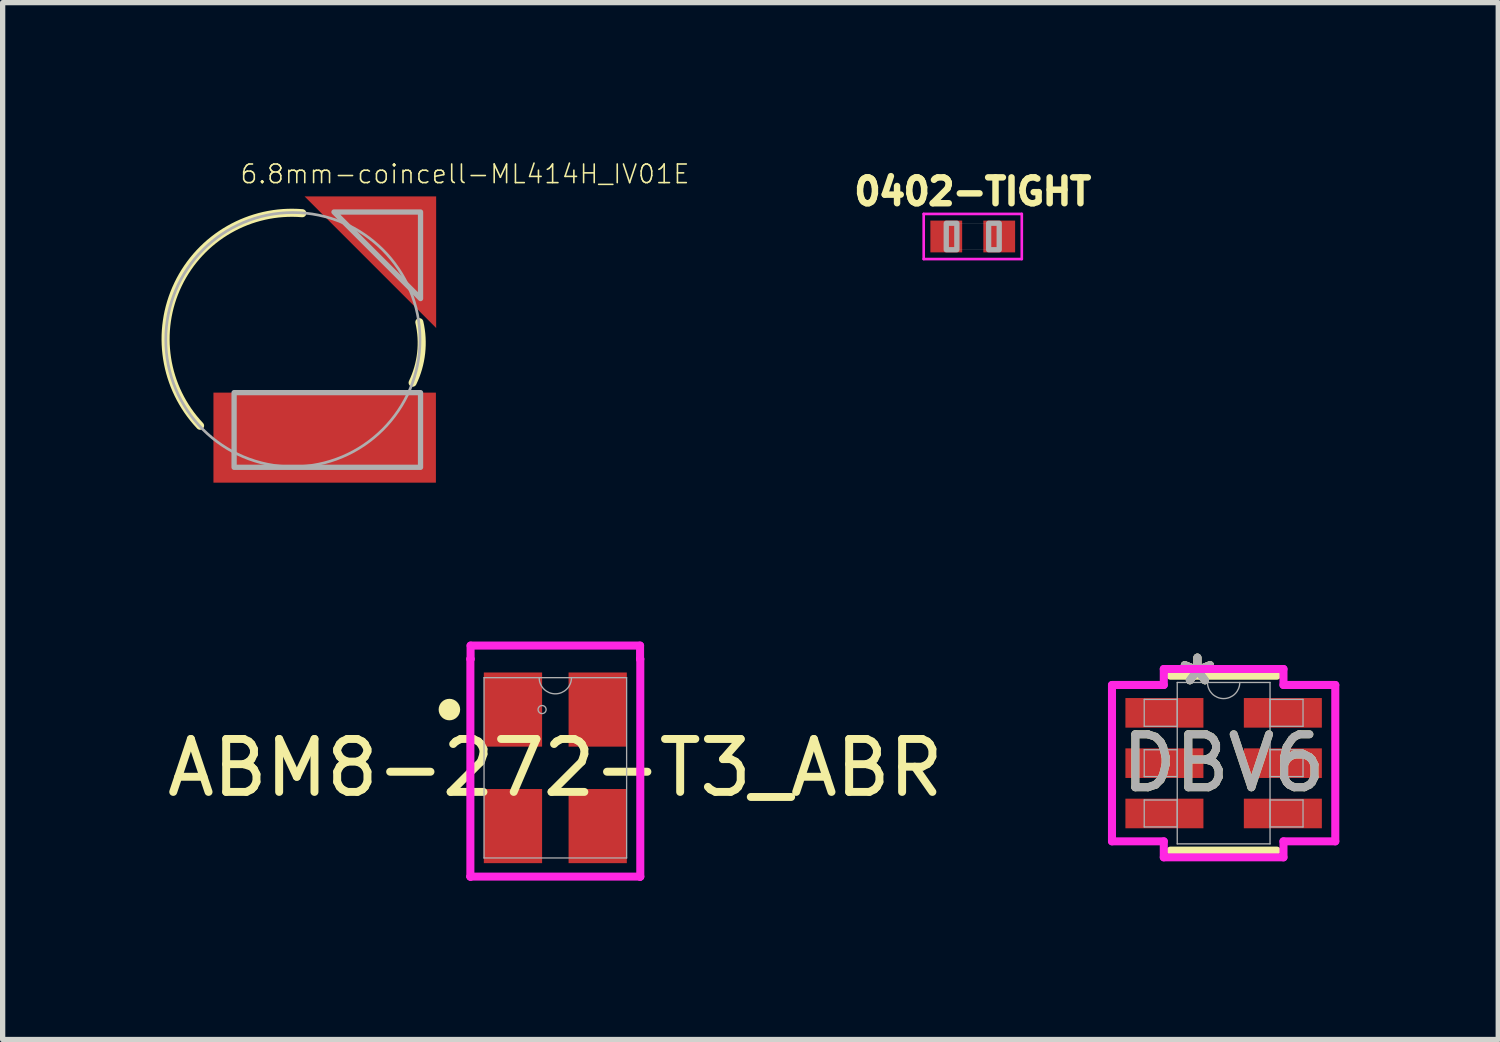
<source format=kicad_pcb>
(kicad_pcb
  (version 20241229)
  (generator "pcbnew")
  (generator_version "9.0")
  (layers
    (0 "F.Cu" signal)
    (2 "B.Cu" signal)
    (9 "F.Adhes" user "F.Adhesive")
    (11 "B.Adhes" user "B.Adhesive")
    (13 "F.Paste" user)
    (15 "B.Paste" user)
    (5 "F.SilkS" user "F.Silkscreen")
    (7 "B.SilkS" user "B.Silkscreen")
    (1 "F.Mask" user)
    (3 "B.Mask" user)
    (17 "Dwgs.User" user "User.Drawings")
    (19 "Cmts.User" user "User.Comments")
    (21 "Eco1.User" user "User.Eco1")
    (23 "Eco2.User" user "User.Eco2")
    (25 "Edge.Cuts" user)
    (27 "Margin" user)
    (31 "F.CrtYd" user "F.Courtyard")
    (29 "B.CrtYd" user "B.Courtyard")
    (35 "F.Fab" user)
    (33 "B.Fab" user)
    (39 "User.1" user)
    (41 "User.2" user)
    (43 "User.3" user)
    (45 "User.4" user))
  (footprint "6.8mm-coincell-ML414H_IV01E"
    (layer "F.Cu")
    (at 2.48 3.363)
    (property "Reference" "6.8mm-coincell-ML414H_IV01E" (at -1.016 -2.921 0) (unlocked yes) (layer "F.SilkS") (effects (font (size 0.351 0.351) (thickness 0.03)) (justify left bottom)))
    (fp_poly (pts (xy 2.705 -0.22) (xy 0.22 -2.705) (xy 2.705 -2.705)) (stroke (width 0) (type default)) (fill yes) (layer "F.Cu"))
    (fp_poly (pts (xy 2.705 -0.22) (xy 0.22 -2.705) (xy 2.705 -2.705)) (stroke (width 0) (type default)) (fill yes) (layer "F.Mask"))
    (fp_poly (pts (xy -1.5 2.7) (xy 2.7 2.7) (xy 2.7 1) (xy -1.5 1)) (stroke (width 0) (type default)) (fill yes) (layer "F.Mask"))
    (fp_arc (start -1.752599 1.625602) (mid -2.167967 -1.045069) (end 0.1778 -2.3876) (stroke (width 0.1524) (type solid)) (layer "F.SilkS"))
    (fp_arc (start 2.3876 -0.3302) (mid 2.42159 0.252132) (end 2.260599 0.8128) (stroke (width 0.1524) (type solid)) (layer "F.SilkS"))
    (fp_poly (pts (xy 2.705 -0.22) (xy 0.22 -2.705) (xy 2.705 -2.705)) (stroke (width 0) (type default)) (fill yes) (layer "F.Paste"))
    (fp_poly (pts (xy -1.5 2.7) (xy 2.7 2.7) (xy 2.7 1) (xy -1.5 1)) (stroke (width 0) (type default)) (fill yes) (layer "F.Paste"))
    (fp_circle (center 0 0) (end 2.4 0) (stroke (width 0.051) (type solid)) (fill no) (layer "F.Fab"))
    (fp_poly (pts (xy 2.41 -0.776) (xy 0.776 -2.41) (xy 2.41 -2.41)) (stroke (width 0.1) (type default)) (fill no) (layer "F.Fab"))
    (fp_poly (pts (xy 2.41 2.41) (xy -1.11 2.41) (xy -1.11 1) (xy 2.41 1)) (stroke (width 0.1) (type default)) (fill no) (layer "F.Fab"))
    (pad "+" smd rect (at 2.022 -2.032) (size 1 1) (layers "F.Cu"))
    (pad "-" smd rect (at 0.6 1.85) (size 4.2 1.7) (layers "F.Cu")))
  (footprint "ABM8-272-T3_ABR"
    (layer "F.Cu")
    (at 7.435 11.447)
    (property "Reference" "ABM8-272-T3_ABR" (at 0 0 0) (unlocked yes) (layer "F.SilkS") (effects (font (size 1 1) (thickness 0.15))))
    (attr smd)
    (fp_circle (center -2 -1.1) (end -1.873 -1.1) (stroke (width 0.152) (type solid)) (fill yes) (layer "F.SilkS"))
    (fp_line (start -1.604 -2.054) (end -1.6 -2.054) (stroke (width 0.152) (type solid)) (layer "F.CrtYd"))
    (fp_line (start -1.604 2.054) (end -1.604 -2.054) (stroke (width 0.152) (type solid)) (layer "F.CrtYd"))
    (fp_line (start -1.604 2.054) (end -1.6 2.054) (stroke (width 0.152) (type solid)) (layer "F.CrtYd"))
    (fp_line (start -1.6 -2.308) (end 1.6 -2.308) (stroke (width 0.152) (type solid)) (layer "F.CrtYd"))
    (fp_line (start -1.6 -2.054) (end -1.6 -2.308) (stroke (width 0.152) (type solid)) (layer "F.CrtYd"))
    (fp_line (start -1.6 2.054) (end -1.6 2.054) (stroke (width 0.152) (type solid)) (layer "F.CrtYd"))
    (fp_line (start 1.6 -2.308) (end 1.6 -2.054) (stroke (width 0.152) (type solid)) (layer "F.CrtYd"))
    (fp_line (start 1.6 2.054) (end -1.6 2.054) (stroke (width 0.152) (type solid)) (layer "F.CrtYd"))
    (fp_line (start 1.6 2.054) (end 1.6 2.054) (stroke (width 0.152) (type solid)) (layer "F.CrtYd"))
    (fp_line (start 1.604 -2.054) (end 1.6 -2.054) (stroke (width 0.152) (type solid)) (layer "F.CrtYd"))
    (fp_line (start 1.604 -2.054) (end 1.604 2.054) (stroke (width 0.152) (type solid)) (layer "F.CrtYd"))
    (fp_line (start 1.604 2.054) (end 1.6 2.054) (stroke (width 0.152) (type solid)) (layer "F.CrtYd"))
    (fp_line (start -1.346 -1.702) (end -1.346 1.702) (stroke (width 0.025) (type solid)) (layer "F.Fab"))
    (fp_line (start -1.346 1.702) (end 1.346 1.702) (stroke (width 0.025) (type solid)) (layer "F.Fab"))
    (fp_line (start 1.346 -1.702) (end -1.346 -1.702) (stroke (width 0.025) (type solid)) (layer "F.Fab"))
    (fp_line (start 1.346 1.702) (end 1.346 -1.702) (stroke (width 0.025) (type solid)) (layer "F.Fab"))
    (fp_arc (start 0.3048 -1.7018) (mid 0 -1.397) (end -0.3048 -1.7018) (stroke (width 0.0254) (type solid)) (layer "F.Fab"))
    (fp_circle (center -0.25 -1.1) (end -0.174 -1.1) (stroke (width 0.025) (type solid)) (fill no) (layer "F.Fab"))
    (pad "1" smd rect (at -0.8 -1.1) (size 1.1 1.4) (layers "F.Cu" "F.Mask" "F.Paste"))
    (pad "2" smd rect (at -0.8 1.1) (size 1.1 1.4) (layers "F.Cu" "F.Mask" "F.Paste"))
    (pad "3" smd rect (at 0.8 1.1) (size 1.1 1.4) (layers "F.Cu" "F.Mask" "F.Paste"))
    (pad "4" smd rect (at 0.8 -1.1) (size 1.1 1.4) (layers "F.Cu" "F.Mask" "F.Paste")))
  (footprint "DBV6"
    (layer "F.Cu")
    (at 20.053 11.359)
    (property "Reference" "DBV6" (at 0 0 0) (unlocked yes) (layer "F.SilkS") (effects (font (size 1 1) (thickness 0.15))))
    (attr smd)
    (fp_line (start -1.003 1.651) (end 1.003 1.651) (stroke (width 0.152) (type solid)) (layer "F.SilkS"))
    (fp_line (start 1.003 -1.651) (end -1.003 -1.651) (stroke (width 0.152) (type solid)) (layer "F.SilkS"))
    (fp_line (start -2.108 -1.476) (end -1.13 -1.476) (stroke (width 0.152) (type solid)) (layer "F.CrtYd"))
    (fp_line (start -2.108 1.476) (end -2.108 -1.476) (stroke (width 0.152) (type solid)) (layer "F.CrtYd"))
    (fp_line (start -2.108 1.476) (end -1.13 1.476) (stroke (width 0.152) (type solid)) (layer "F.CrtYd"))
    (fp_line (start -1.13 -1.778) (end 1.13 -1.778) (stroke (width 0.152) (type solid)) (layer "F.CrtYd"))
    (fp_line (start -1.13 -1.476) (end -1.13 -1.778) (stroke (width 0.152) (type solid)) (layer "F.CrtYd"))
    (fp_line (start -1.13 1.778) (end -1.13 1.476) (stroke (width 0.152) (type solid)) (layer "F.CrtYd"))
    (fp_line (start 1.13 -1.778) (end 1.13 -1.476) (stroke (width 0.152) (type solid)) (layer "F.CrtYd"))
    (fp_line (start 1.13 1.476) (end 1.13 1.778) (stroke (width 0.152) (type solid)) (layer "F.CrtYd"))
    (fp_line (start 1.13 1.778) (end -1.13 1.778) (stroke (width 0.152) (type solid)) (layer "F.CrtYd"))
    (fp_line (start 2.108 -1.476) (end 1.13 -1.476) (stroke (width 0.152) (type solid)) (layer "F.CrtYd"))
    (fp_line (start 2.108 -1.476) (end 2.108 1.476) (stroke (width 0.152) (type solid)) (layer "F.CrtYd"))
    (fp_line (start 2.108 1.476) (end 1.13 1.476) (stroke (width 0.152) (type solid)) (layer "F.CrtYd"))
    (fp_line (start -1.499 -1.204) (end -1.499 -0.696) (stroke (width 0.025) (type solid)) (layer "F.Fab"))
    (fp_line (start -1.499 -0.696) (end -0.876 -0.696) (stroke (width 0.025) (type solid)) (layer "F.Fab"))
    (fp_line (start -1.499 -0.254) (end -1.499 0.254) (stroke (width 0.025) (type solid)) (layer "F.Fab"))
    (fp_line (start -1.499 0.254) (end -0.876 0.254) (stroke (width 0.025) (type solid)) (layer "F.Fab"))
    (fp_line (start -1.499 0.696) (end -1.499 1.204) (stroke (width 0.025) (type solid)) (layer "F.Fab"))
    (fp_line (start -1.499 1.204) (end -0.876 1.204) (stroke (width 0.025) (type solid)) (layer "F.Fab"))
    (fp_line (start -0.876 -1.524) (end -0.876 1.524) (stroke (width 0.025) (type solid)) (layer "F.Fab"))
    (fp_line (start -0.876 -1.204) (end -1.499 -1.204) (stroke (width 0.025) (type solid)) (layer "F.Fab"))
    (fp_line (start -0.876 -0.696) (end -0.876 -1.204) (stroke (width 0.025) (type solid)) (layer "F.Fab"))
    (fp_line (start -0.876 -0.254) (end -1.499 -0.254) (stroke (width 0.025) (type solid)) (layer "F.Fab"))
    (fp_line (start -0.876 0.254) (end -0.876 -0.254) (stroke (width 0.025) (type solid)) (layer "F.Fab"))
    (fp_line (start -0.876 0.696) (end -1.499 0.696) (stroke (width 0.025) (type solid)) (layer "F.Fab"))
    (fp_line (start -0.876 1.204) (end -0.876 0.696) (stroke (width 0.025) (type solid)) (layer "F.Fab"))
    (fp_line (start -0.876 1.524) (end 0.876 1.524) (stroke (width 0.025) (type solid)) (layer "F.Fab"))
    (fp_line (start 0.876 -1.524) (end -0.876 -1.524) (stroke (width 0.025) (type solid)) (layer "F.Fab"))
    (fp_line (start 0.876 -1.204) (end 0.876 -0.696) (stroke (width 0.025) (type solid)) (layer "F.Fab"))
    (fp_line (start 0.876 -0.696) (end 1.499 -0.696) (stroke (width 0.025) (type solid)) (layer "F.Fab"))
    (fp_line (start 0.876 -0.254) (end 0.876 0.254) (stroke (width 0.025) (type solid)) (layer "F.Fab"))
    (fp_line (start 0.876 0.254) (end 1.499 0.254) (stroke (width 0.025) (type solid)) (layer "F.Fab"))
    (fp_line (start 0.876 0.696) (end 0.876 1.204) (stroke (width 0.025) (type solid)) (layer "F.Fab"))
    (fp_line (start 0.876 1.204) (end 1.499 1.204) (stroke (width 0.025) (type solid)) (layer "F.Fab"))
    (fp_line (start 0.876 1.524) (end 0.876 -1.524) (stroke (width 0.025) (type solid)) (layer "F.Fab"))
    (fp_line (start 1.499 -1.204) (end 0.876 -1.204) (stroke (width 0.025) (type solid)) (layer "F.Fab"))
    (fp_line (start 1.499 -0.696) (end 1.499 -1.204) (stroke (width 0.025) (type solid)) (layer "F.Fab"))
    (fp_line (start 1.499 -0.254) (end 0.876 -0.254) (stroke (width 0.025) (type solid)) (layer "F.Fab"))
    (fp_line (start 1.499 0.254) (end 1.499 -0.254) (stroke (width 0.025) (type solid)) (layer "F.Fab"))
    (fp_line (start 1.499 0.696) (end 0.876 0.696) (stroke (width 0.025) (type solid)) (layer "F.Fab"))
    (fp_line (start 1.499 1.204) (end 1.499 0.696) (stroke (width 0.025) (type solid)) (layer "F.Fab"))
    (fp_arc (start 0.3048 -1.524) (mid 0 -1.2192) (end -0.3048 -1.524) (stroke (width 0.0254) (type solid)) (layer "F.Fab"))
    (fp_text user "*" (at -0.495 -1.448 0) (layer "F.SilkS") (effects (font (size 1 1) (thickness 0.15))))
    (fp_text user "*" (at -0.495 -1.448 0) (unlocked yes) (layer "F.SilkS") (effects (font (size 1 1) (thickness 0.15))))
    (fp_text user "${REFERENCE}" (at 0 0 0) (unlocked yes) (layer "F.Fab") (effects (font (size 1 1) (thickness 0.15))))
    (fp_text user "*" (at -0.495 -1.448 0) (unlocked yes) (layer "F.Fab") (effects (font (size 1 1) (thickness 0.15))))
    (fp_text user "*" (at -0.495 -1.448 0) (layer "F.Fab") (effects (font (size 1 1) (thickness 0.15))))
    (pad "1" smd rect (at -1.118 -0.95) (size 1.473 0.559) (layers "F.Cu" "F.Mask" "F.Paste"))
    (pad "2" smd rect (at -1.118 0) (size 1.473 0.559) (layers "F.Cu" "F.Mask" "F.Paste"))
    (pad "3" smd rect (at -1.118 0.95) (size 1.473 0.559) (layers "F.Cu" "F.Mask" "F.Paste"))
    (pad "4" smd rect (at 1.118 0.95) (size 1.473 0.559) (layers "F.Cu" "F.Mask" "F.Paste"))
    (pad "5" smd rect (at 1.118 0) (size 1.473 0.559) (layers "F.Cu" "F.Mask" "F.Paste"))
    (pad "6" smd rect (at 1.118 -0.95) (size 1.473 0.559) (layers "F.Cu" "F.Mask" "F.Paste")))
  (footprint "0402-TIGHT"
    (layer "F.Cu")
    (at 15.316 1.415)
    (property "Reference" "0402-TIGHT" (at 0 -0.562 0) (unlocked yes) (layer "F.SilkS") (effects (font (size 0.488 0.488) (thickness 0.122)) (justify bottom)))
    (fp_line (start -0.926 -0.426) (end -0.926 0.426) (stroke (width 0.05) (type solid)) (layer "F.CrtYd"))
    (fp_line (start -0.926 0.426) (end 0.926 0.426) (stroke (width 0.05) (type solid)) (layer "F.CrtYd"))
    (fp_line (start 0.926 -0.426) (end -0.926 -0.426) (stroke (width 0.05) (type solid)) (layer "F.CrtYd"))
    (fp_line (start 0.926 0.426) (end 0.926 -0.426) (stroke (width 0.05) (type solid)) (layer "F.CrtYd"))
    (fp_line (start -0.5 -0.25) (end 0.5 -0.25) (stroke (width 0.003) (type solid)) (layer "F.Fab"))
    (fp_line (start -0.5 0.25) (end -0.5 -0.25) (stroke (width 0.003) (type solid)) (layer "F.Fab"))
    (fp_line (start 0.5 -0.25) (end 0.5 0.25) (stroke (width 0.003) (type solid)) (layer "F.Fab"))
    (fp_line (start 0.5 0.25) (end -0.5 0.25) (stroke (width 0.003) (type solid)) (layer "F.Fab"))
    (fp_poly (pts (xy -0.5 0.25) (xy -0.3 0.25) (xy -0.3 -0.25) (xy -0.5 -0.25)) (stroke (width 0.1) (type default)) (fill no) (layer "F.Fab"))
    (fp_poly (pts (xy 0.5 -0.25) (xy 0.3 -0.25) (xy 0.3 0.25) (xy 0.5 0.25)) (stroke (width 0.1) (type default)) (fill no) (layer "F.Fab"))
    (pad "1" smd rect (at -0.5 0) (size 0.6 0.6) (layers "F.Cu" "F.Mask" "F.Paste"))
    (pad "2" smd rect (at 0.5 0) (size 0.6 0.6) (layers "F.Cu" "F.Mask" "F.Paste")))
  (gr_rect
    (start -3 -3)
    (end 25.238 16.577)
    (stroke (width 0.1) (type default))
    (fill no)
    (layer "Edge.Cuts")))
</source>
